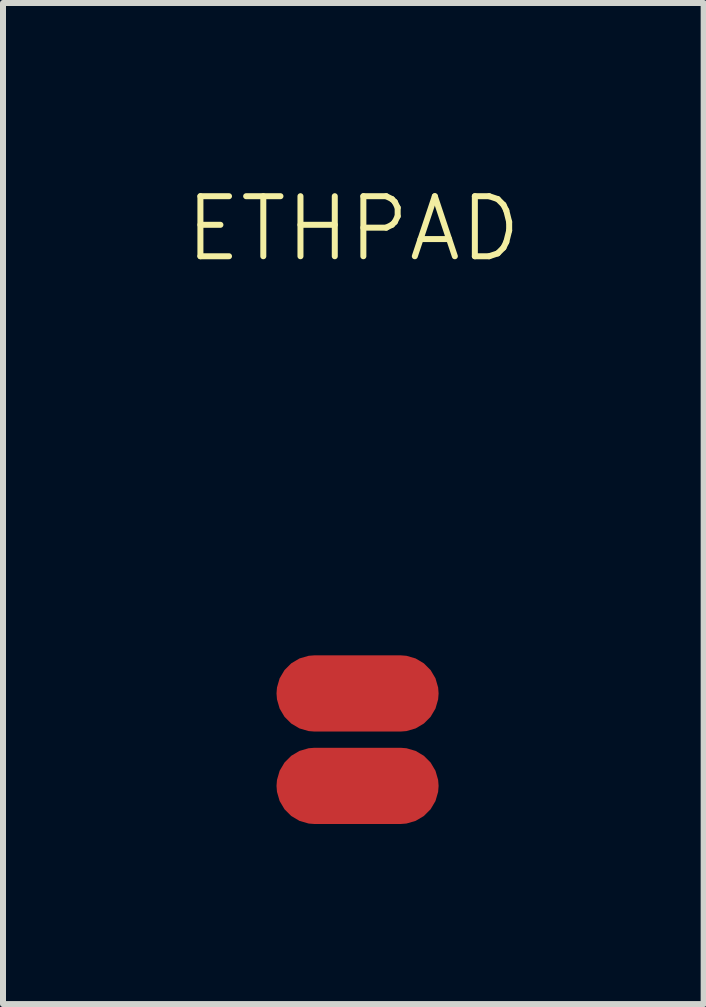
<source format=kicad_pcb>
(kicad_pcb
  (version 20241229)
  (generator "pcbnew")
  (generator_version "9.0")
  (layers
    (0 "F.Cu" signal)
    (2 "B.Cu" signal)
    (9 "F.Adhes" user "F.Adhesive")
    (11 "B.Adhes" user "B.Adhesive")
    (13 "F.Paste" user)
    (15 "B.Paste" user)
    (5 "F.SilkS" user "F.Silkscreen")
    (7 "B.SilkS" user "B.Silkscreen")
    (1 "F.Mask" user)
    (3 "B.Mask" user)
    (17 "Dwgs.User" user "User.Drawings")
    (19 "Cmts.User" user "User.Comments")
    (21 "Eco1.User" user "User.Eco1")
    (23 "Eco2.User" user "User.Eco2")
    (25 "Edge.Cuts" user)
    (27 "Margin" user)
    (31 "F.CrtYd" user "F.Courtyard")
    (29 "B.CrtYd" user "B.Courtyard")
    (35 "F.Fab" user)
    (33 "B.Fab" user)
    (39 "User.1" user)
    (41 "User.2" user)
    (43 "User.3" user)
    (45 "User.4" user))
  (footprint "ETHPAD"
    (layer "F.Cu")
    (at 2.906 9.271)
    (property "Reference" "ETHPAD" (at -0.07 -8.51 0) (unlocked yes) (layer "F.SilkS") (effects (font (size 1 1) (thickness 0.1))))
    (attr smd)
    (pad "1" smd roundrect (at 0 -0.77) (size 2.7 1.27) (layers "F.Cu" "F.Mask" "F.Paste") (roundrect_rratio 0.5))
    (pad "2" smd roundrect (at 0 0.77) (size 2.7 1.27) (layers "F.Cu" "F.Mask" "F.Paste") (roundrect_rratio 0.5)))
  (gr_rect
    (start -3 -3)
    (end 8.671 13.675)
    (stroke (width 0.1) (type default))
    (fill no)
    (layer "Edge.Cuts")))
</source>
